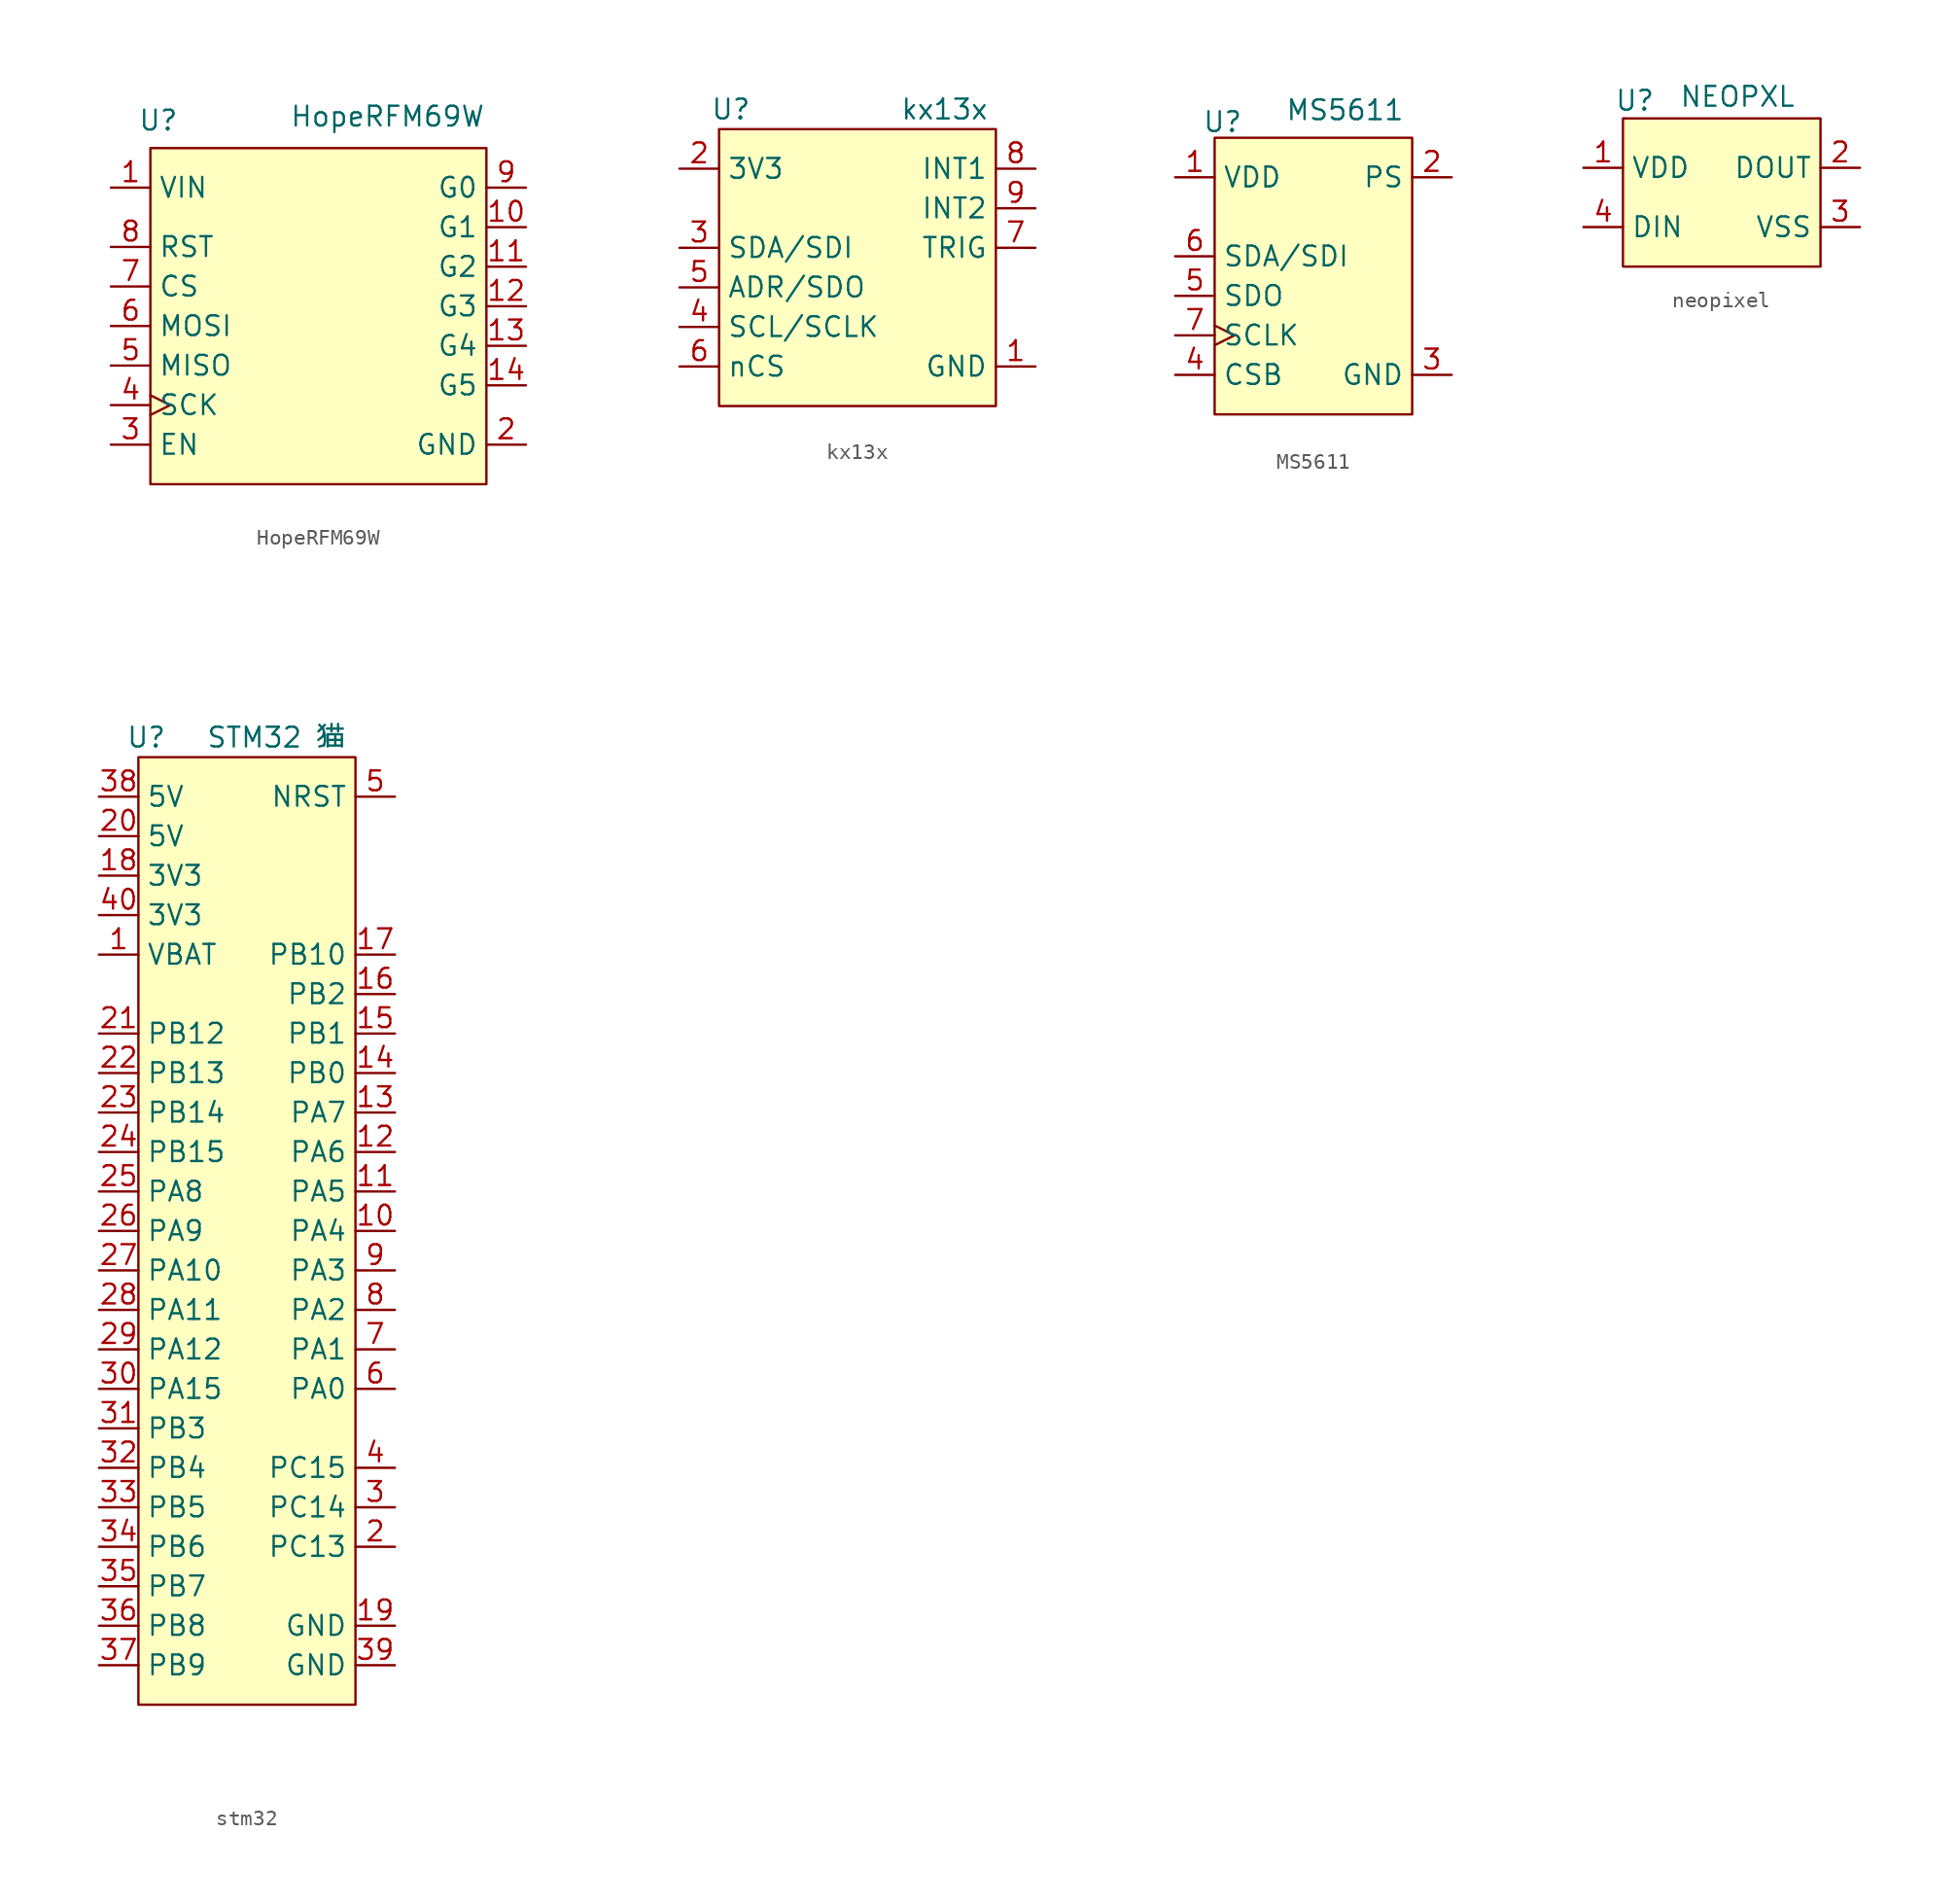
<source format=kicad_sym>
(kicad_symbol_lib
  (version 20241209)
  (generator "kicad_symbol_editor")
  (generator_version "9.0")
  (symbol "HopeRFM69W"
    (property "Reference" "U"
      (at -10.922 11.938 0)
      (effects (font (size 1.27 1.27))))
    (property "Value" "HopeRFM69W"
      (at 3.81 12.192 0)
      (effects (font (size 1.27 1.27))))
    (symbol "HopeRFM69W_0_0"
      (pin input line (at -13.97 3.81 0) (length 2.54) (name "RST" (effects (font (size 1.27 1.27)))) (number "8" (effects (font (size 1.27 1.27)))))
      (pin input line (at -13.97 1.27 0) (length 2.54) (name "CS" (effects (font (size 1.27 1.27)))) (number "7" (effects (font (size 1.27 1.27)))))
      (pin input line (at -13.97 -1.27 0) (length 2.54) (name "MOSI" (effects (font (size 1.27 1.27)))) (number "6" (effects (font (size 1.27 1.27)))))
      (pin output line (at -13.97 -3.81 0) (length 2.54) (name "MISO" (effects (font (size 1.27 1.27)))) (number "5" (effects (font (size 1.27 1.27)))))
      (pin input clock (at -13.97 -6.35 0) (length 2.54) (name "SCK" (effects (font (size 1.27 1.27)))) (number "4" (effects (font (size 1.27 1.27)))))
      (pin unspecified line (at -13.97 -8.89 0) (length 2.54) (name "EN" (effects (font (size 1.27 1.27)))) (number "3" (effects (font (size 1.27 1.27)))))
      (pin bidirectional line (at 12.7 7.62 180) (length 2.54) (name "G0" (effects (font (size 1.27 1.27)))) (number "9" (effects (font (size 1.27 1.27)))))
      (pin bidirectional line (at 12.7 5.08 180) (length 2.54) (name "G1" (effects (font (size 1.27 1.27)))) (number "10" (effects (font (size 1.27 1.27)))))
      (pin bidirectional line (at 12.7 2.54 180) (length 2.54) (name "G2" (effects (font (size 1.27 1.27)))) (number "11" (effects (font (size 1.27 1.27)))))
      (pin bidirectional line (at 12.7 0 180) (length 2.54) (name "G3" (effects (font (size 1.27 1.27)))) (number "12" (effects (font (size 1.27 1.27)))))
      (pin bidirectional line (at 12.7 -2.54 180) (length 2.54) (name "G4" (effects (font (size 1.27 1.27)))) (number "13" (effects (font (size 1.27 1.27)))))
      (pin bidirectional line (at 12.7 -5.08 180) (length 2.54) (name "G5" (effects (font (size 1.27 1.27)))) (number "14" (effects (font (size 1.27 1.27)))))
      (pin power_in line (at 12.7 -8.89 180) (length 2.54) (name "GND" (effects (font (size 1.27 1.27)))) (number "2" (effects (font (size 1.27 1.27))))))
    (symbol "HopeRFM69W_1_0"
      (pin power_in line (at -13.97 7.62 0) (length 2.54) (name "VIN" (effects (font (size 1.27 1.27)))) (number "1" (effects (font (size 1.27 1.27))))))
    (symbol "HopeRFM69W_1_1"
      (rectangle (start -11.43 10.16) (end 10.16 -11.43) (stroke (width 0) (type solid)) (fill (type background)))))
  (symbol "kx13x"
    (property "Reference" "U"
      (at -8.128 10.16 0)
      (effects (font (size 1.27 1.27))))
    (property "Value" "kx13x"
      (at 5.588 10.16 0)
      (effects (font (size 1.27 1.27))))
    (symbol "kx13x_0_0"
      (pin power_out line (at -11.43 6.35 0) (length 2.54) (name "3V3" (effects (font (size 1.27 1.27)))) (number "2" (effects (font (size 1.27 1.27)))))
      (pin bidirectional line (at -11.43 1.27 0) (length 2.54) (name "SDA/SDI" (effects (font (size 1.27 1.27)))) (number "3" (effects (font (size 1.27 1.27)))))
      (pin bidirectional line (at -11.43 -1.27 0) (length 2.54) (name "ADR/SDO" (effects (font (size 1.27 1.27)))) (number "5" (effects (font (size 1.27 1.27)))))
      (pin input line (at -11.43 -3.81 0) (length 2.54) (name "SCL/SCLK" (effects (font (size 1.27 1.27)))) (number "4" (effects (font (size 1.27 1.27)))))
      (pin input line (at -11.43 -6.35 0) (length 2.54) (name "nCS" (effects (font (size 1.27 1.27)))) (number "6" (effects (font (size 1.27 1.27)))))
      (pin output line (at 11.43 6.35 180) (length 2.54) (name "INT1" (effects (font (size 1.27 1.27)))) (number "8" (effects (font (size 1.27 1.27)))))
      (pin output line (at 11.43 3.81 180) (length 2.54) (name "INT2" (effects (font (size 1.27 1.27)))) (number "9" (effects (font (size 1.27 1.27)))))
      (pin input line (at 11.43 1.27 180) (length 2.54) (name "TRIG" (effects (font (size 1.27 1.27)))) (number "7" (effects (font (size 1.27 1.27)))))
      (pin power_in line (at 11.43 -6.35 180) (length 2.54) (name "GND" (effects (font (size 1.27 1.27)))) (number "1" (effects (font (size 1.27 1.27))))))
    (symbol "kx13x_0_1"
      (rectangle (start -8.89 8.89) (end 8.89 -8.89) (stroke (width 0) (type default)) (fill (type background)))))
  (symbol "MS5611"
    (property "Reference" "U"
      (at -5.842 9.906 0)
      (effects (font (size 1.27 1.27))))
    (property "Value" "MS5611"
      (at 2.032 10.668 0)
      (effects (font (size 1.27 1.27))))
    (symbol "MS5611_0_0"
      (pin power_in line (at -8.89 6.35 0) (length 2.54) (name "VDD" (effects (font (size 1.27 1.27)))) (number "1" (effects (font (size 1.27 1.27)))))
      (pin bidirectional line (at -8.89 1.27 0) (length 2.54) (name "SDA/SDI" (effects (font (size 1.27 1.27)))) (number "6" (effects (font (size 1.27 1.27)))))
      (pin bidirectional line (at -8.89 -1.27 0) (length 2.54) (name "SDO" (effects (font (size 1.27 1.27)))) (number "5" (effects (font (size 1.27 1.27))))))
    (symbol "MS5611_0_1"
      (rectangle (start -6.35 8.89) (end 6.35 -8.89) (stroke (width 0) (type default)) (fill (type background))))
    (symbol "MS5611_1_0"
      (pin input clock (at -8.89 -3.81 0) (length 2.54) (name "SCLK" (effects (font (size 1.27 1.27)))) (number "7" (effects (font (size 1.27 1.27)))))
      (pin input line (at -8.89 -6.35 0) (length 2.54) (name "CSB" (effects (font (size 1.27 1.27)))) (number "4" (effects (font (size 1.27 1.27)))))
      (pin input line (at 8.89 6.35 180) (length 2.54) (name "PS" (effects (font (size 1.27 1.27)))) (number "2" (effects (font (size 1.27 1.27)))))
      (pin power_in line (at 8.89 -6.35 180) (length 2.54) (name "GND" (effects (font (size 1.27 1.27)))) (number "3" (effects (font (size 1.27 1.27)))))))
  (symbol "neopixel"
    (property "Reference" "U"
      (at -5.588 5.588 0)
      (effects (font (size 1.27 1.27))))
    (property "Value" "NEOPXL"
      (at 1.016 5.842 0)
      (effects (font (size 1.27 1.27))))
    (symbol "neopixel_0_0"
      (pin input line (at -8.89 -2.54 0) (length 2.54) (name "DIN" (effects (font (size 1.27 1.27)))) (number "4" (effects (font (size 1.27 1.27)))))
      (pin output line (at 8.89 1.27 180) (length 2.54) (name "DOUT" (effects (font (size 1.27 1.27)))) (number "2" (effects (font (size 1.27 1.27)))))
      (pin power_in line (at 8.89 -2.54 180) (length 2.54) (name "VSS" (effects (font (size 1.27 1.27)))) (number "3" (effects (font (size 1.27 1.27))))))
    (symbol "neopixel_1_0"
      (pin power_in line (at -8.89 1.27 0) (length 2.54) (name "VDD" (effects (font (size 1.27 1.27)))) (number "1" (effects (font (size 1.27 1.27))))))
    (symbol "neopixel_1_1"
      (rectangle (start -6.35 4.445) (end 6.35 -5.08) (stroke (width 0) (type solid)) (fill (type background)))))
  (symbol "stm32"
    (property "Reference" "U"
      (at -7.112 30.48 0)
      (effects (font (size 1.27 1.27))))
    (property "Value" "STM32 猫"
      (at 1.27 30.48 0)
      (effects (font (size 1.27 1.27))))
    (symbol "stm32_0_0"
      (pin power_in line (at -10.16 26.67 0) (length 2.54) (name "5V" (effects (font (size 1.27 1.27)))) (number "38" (effects (font (size 1.27 1.27)))))
      (pin power_in line (at -10.16 24.13 0) (length 2.54) (name "5V" (effects (font (size 1.27 1.27)))) (number "20" (effects (font (size 1.27 1.27)))))
      (pin power_out line (at -10.16 21.59 0) (length 2.54) (name "3V3" (effects (font (size 1.27 1.27)))) (number "18" (effects (font (size 1.27 1.27)))))
      (pin power_out line (at -10.16 19.05 0) (length 2.54) (name "3V3" (effects (font (size 1.27 1.27)))) (number "40" (effects (font (size 1.27 1.27)))))
      (pin power_in line (at -10.16 16.51 0) (length 2.54) (name "VBAT" (effects (font (size 1.27 1.27)))) (number "1" (effects (font (size 1.27 1.27)))))
      (pin bidirectional line (at -10.16 11.43 0) (length 2.54) (name "PB12" (effects (font (size 1.27 1.27)))) (number "21" (effects (font (size 1.27 1.27)))))
      (pin bidirectional line (at -10.16 8.89 0) (length 2.54) (name "PB13" (effects (font (size 1.27 1.27)))) (number "22" (effects (font (size 1.27 1.27)))))
      (pin bidirectional line (at -10.16 6.35 0) (length 2.54) (name "PB14" (effects (font (size 1.27 1.27)))) (number "23" (effects (font (size 1.27 1.27)))))
      (pin bidirectional line (at -10.16 3.81 0) (length 2.54) (name "PB15" (effects (font (size 1.27 1.27)))) (number "24" (effects (font (size 1.27 1.27)))))
      (pin bidirectional line (at -10.16 1.27 0) (length 2.54) (name "PA8" (effects (font (size 1.27 1.27)))) (number "25" (effects (font (size 1.27 1.27)))))
      (pin bidirectional line (at -10.16 -1.27 0) (length 2.54) (name "PA9" (effects (font (size 1.27 1.27)))) (number "26" (effects (font (size 1.27 1.27)))))
      (pin bidirectional line (at -10.16 -3.81 0) (length 2.54) (name "PA10" (effects (font (size 1.27 1.27)))) (number "27" (effects (font (size 1.27 1.27)))))
      (pin bidirectional line (at -10.16 -6.35 0) (length 2.54) (name "PA11" (effects (font (size 1.27 1.27)))) (number "28" (effects (font (size 1.27 1.27)))))
      (pin bidirectional line (at -10.16 -8.89 0) (length 2.54) (name "PA12" (effects (font (size 1.27 1.27)))) (number "29" (effects (font (size 1.27 1.27)))))
      (pin bidirectional line (at -10.16 -11.43 0) (length 2.54) (name "PA15" (effects (font (size 1.27 1.27)))) (number "30" (effects (font (size 1.27 1.27)))))
      (pin bidirectional line (at -10.16 -13.97 0) (length 2.54) (name "PB3" (effects (font (size 1.27 1.27)))) (number "31" (effects (font (size 1.27 1.27)))))
      (pin bidirectional line (at -10.16 -16.51 0) (length 2.54) (name "PB4" (effects (font (size 1.27 1.27)))) (number "32" (effects (font (size 1.27 1.27)))))
      (pin bidirectional line (at -10.16 -19.05 0) (length 2.54) (name "PB5" (effects (font (size 1.27 1.27)))) (number "33" (effects (font (size 1.27 1.27)))))
      (pin bidirectional line (at -10.16 -21.59 0) (length 2.54) (name "PB6" (effects (font (size 1.27 1.27)))) (number "34" (effects (font (size 1.27 1.27)))))
      (pin bidirectional line (at -10.16 -24.13 0) (length 2.54) (name "PB7" (effects (font (size 1.27 1.27)))) (number "35" (effects (font (size 1.27 1.27)))))
      (pin bidirectional line (at -10.16 -26.67 0) (length 2.54) (name "PB8" (effects (font (size 1.27 1.27)))) (number "36" (effects (font (size 1.27 1.27)))))
      (pin bidirectional line (at -10.16 -29.21 0) (length 2.54) (name "PB9" (effects (font (size 1.27 1.27)))) (number "37" (effects (font (size 1.27 1.27)))))
      (pin input line (at 8.89 26.67 180) (length 2.54) (name "NRST" (effects (font (size 1.27 1.27)))) (number "5" (effects (font (size 1.27 1.27)))))
      (pin bidirectional line (at 8.89 16.51 180) (length 2.54) (name "PB10" (effects (font (size 1.27 1.27)))) (number "17" (effects (font (size 1.27 1.27)))))
      (pin bidirectional line (at 8.89 13.97 180) (length 2.54) (name "PB2" (effects (font (size 1.27 1.27)))) (number "16" (effects (font (size 1.27 1.27)))))
      (pin bidirectional line (at 8.89 11.43 180) (length 2.54) (name "PB1" (effects (font (size 1.27 1.27)))) (number "15" (effects (font (size 1.27 1.27)))))
      (pin bidirectional line (at 8.89 8.89 180) (length 2.54) (name "PB0" (effects (font (size 1.27 1.27)))) (number "14" (effects (font (size 1.27 1.27)))))
      (pin bidirectional line (at 8.89 6.35 180) (length 2.54) (name "PA7" (effects (font (size 1.27 1.27)))) (number "13" (effects (font (size 1.27 1.27)))))
      (pin bidirectional line (at 8.89 3.81 180) (length 2.54) (name "PA6" (effects (font (size 1.27 1.27)))) (number "12" (effects (font (size 1.27 1.27)))))
      (pin bidirectional line (at 8.89 1.27 180) (length 2.54) (name "PA5" (effects (font (size 1.27 1.27)))) (number "11" (effects (font (size 1.27 1.27)))))
      (pin bidirectional line (at 8.89 -1.27 180) (length 2.54) (name "PA4" (effects (font (size 1.27 1.27)))) (number "10" (effects (font (size 1.27 1.27)))))
      (pin bidirectional line (at 8.89 -3.81 180) (length 2.54) (name "PA3" (effects (font (size 1.27 1.27)))) (number "9" (effects (font (size 1.27 1.27)))))
      (pin bidirectional line (at 8.89 -6.35 180) (length 2.54) (name "PA2" (effects (font (size 1.27 1.27)))) (number "8" (effects (font (size 1.27 1.27)))))
      (pin bidirectional line (at 8.89 -8.89 180) (length 2.54) (name "PA1" (effects (font (size 1.27 1.27)))) (number "7" (effects (font (size 1.27 1.27)))))
      (pin bidirectional line (at 8.89 -11.43 180) (length 2.54) (name "PA0" (effects (font (size 1.27 1.27)))) (number "6" (effects (font (size 1.27 1.27)))))
      (pin bidirectional line (at 8.89 -16.51 180) (length 2.54) (name "PC15" (effects (font (size 1.27 1.27)))) (number "4" (effects (font (size 1.27 1.27)))))
      (pin bidirectional line (at 8.89 -19.05 180) (length 2.54) (name "PC14" (effects (font (size 1.27 1.27)))) (number "3" (effects (font (size 1.27 1.27)))))
      (pin bidirectional line (at 8.89 -21.59 180) (length 2.54) (name "PC13" (effects (font (size 1.27 1.27)))) (number "2" (effects (font (size 1.27 1.27)))))
      (pin power_in line (at 8.89 -26.67 180) (length 2.54) (name "GND" (effects (font (size 1.27 1.27)))) (number "19" (effects (font (size 1.27 1.27)))))
      (pin power_in line (at 8.89 -29.21 180) (length 2.54) (name "GND" (effects (font (size 1.27 1.27)))) (number "39" (effects (font (size 1.27 1.27))))))
    (symbol "stm32_1_1"
      (rectangle (start -7.62 29.21) (end 6.35 -31.75) (stroke (width 0) (type solid)) (fill (type background))))))
</source>
